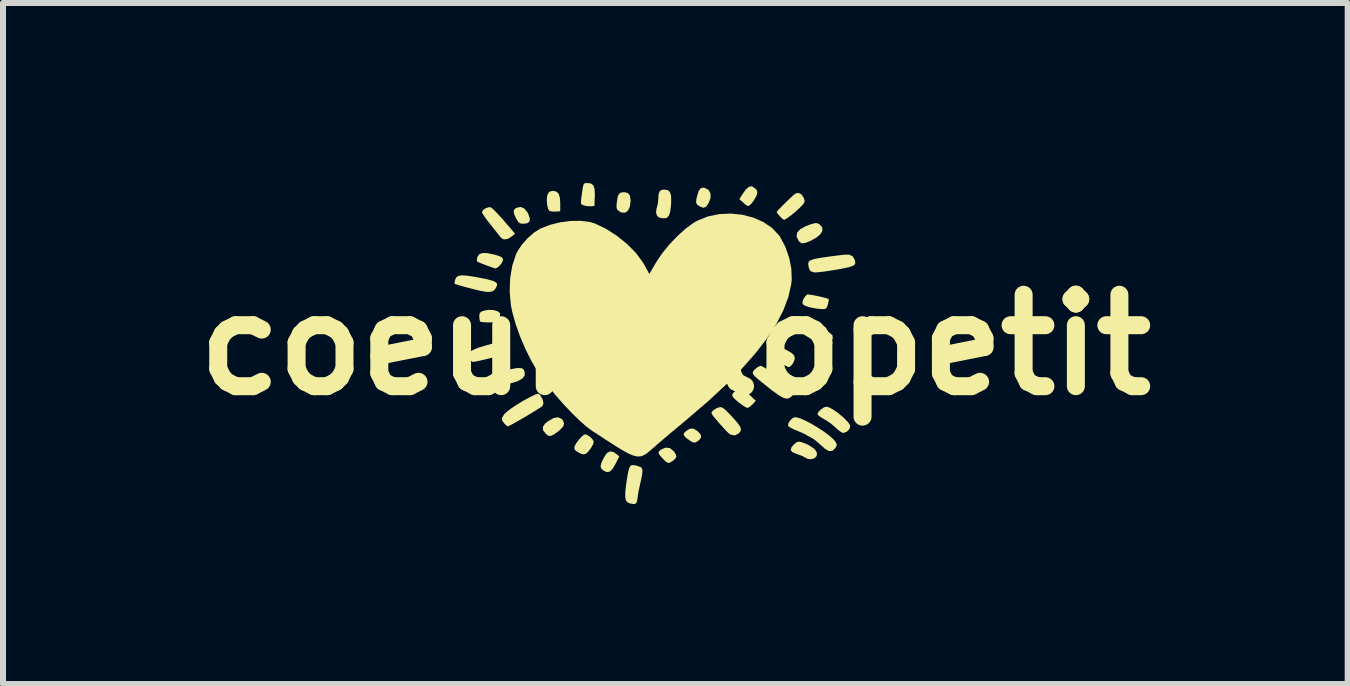
<source format=kicad_pcb>
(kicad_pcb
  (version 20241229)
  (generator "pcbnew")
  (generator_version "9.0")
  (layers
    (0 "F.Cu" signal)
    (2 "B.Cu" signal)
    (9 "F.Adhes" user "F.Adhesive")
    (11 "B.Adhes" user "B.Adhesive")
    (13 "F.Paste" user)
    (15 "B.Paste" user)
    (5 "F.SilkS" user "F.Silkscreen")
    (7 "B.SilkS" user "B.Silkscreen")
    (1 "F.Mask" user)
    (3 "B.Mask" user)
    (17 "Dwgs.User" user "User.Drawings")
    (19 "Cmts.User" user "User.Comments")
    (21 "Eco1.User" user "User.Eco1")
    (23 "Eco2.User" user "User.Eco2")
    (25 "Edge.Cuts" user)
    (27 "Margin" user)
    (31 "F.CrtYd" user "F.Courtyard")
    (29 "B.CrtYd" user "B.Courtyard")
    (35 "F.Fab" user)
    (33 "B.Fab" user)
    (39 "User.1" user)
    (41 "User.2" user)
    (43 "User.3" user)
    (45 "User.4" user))
  (footprint "coeurlolopetit"
    (layer "F.Cu")
    (at 8.208 2.698)
    (property "Reference" "coeurlolopetit" (at 0 0 0) (layer "F.SilkS") (effects (font (size 1.524 1.524) (thickness 0.3))))
    (attr board_only exclude_from_pos_files exclude_from_bom)
    (fp_poly (pts (xy -2.519 -2.273) (xy -2.464 -2.206) (xy -2.452 -2.183) (xy -2.425 -2.105) (xy -2.432 -2.053) (xy -2.474 -2.025) (xy -2.536 -2.018) (xy -2.586 -2.024) (xy -2.619 -2.048) (xy -2.652 -2.102) (xy -2.654 -2.105) (xy -2.688 -2.182) (xy -2.695 -2.233) (xy -2.675 -2.267) (xy -2.652 -2.282) (xy -2.582 -2.299)) (stroke (width 0) (type solid)) (fill yes) (layer "F.SilkS"))
    (fp_poly (pts (xy -1.036 1.785) (xy -0.985 1.818) (xy -0.934 1.859) (xy -0.999 1.988) (xy -1.049 2.072) (xy -1.096 2.115) (xy -1.144 2.122) (xy -1.201 2.094) (xy -1.201 2.094) (xy -1.235 2.063) (xy -1.247 2.026) (xy -1.235 1.974) (xy -1.2 1.896) (xy -1.195 1.886) (xy -1.146 1.81) (xy -1.094 1.777)) (stroke (width 0) (type solid)) (fill yes) (layer "F.SilkS"))
    (fp_poly (pts (xy -0.088 1.723) (xy -0.027 1.774) (xy -0.026 1.776) (xy 0.011 1.832) (xy 0.017 1.87) (xy -0.008 1.905) (xy -0.036 1.929) (xy -0.084 1.962) (xy -0.121 1.969) (xy -0.159 1.947) (xy -0.211 1.896) (xy -0.261 1.839) (xy -0.281 1.802) (xy -0.272 1.774) (xy -0.236 1.745) (xy -0.16 1.713)) (stroke (width 0) (type solid)) (fill yes) (layer "F.SilkS"))
    (fp_poly (pts (xy -1.983 -2.555) (xy -1.944 -2.517) (xy -1.924 -2.446) (xy -1.919 -2.36) (xy -1.919 -2.226) (xy -1.996 -2.221) (xy -2.056 -2.222) (xy -2.098 -2.231) (xy -2.1 -2.233) (xy -2.122 -2.268) (xy -2.137 -2.332) (xy -2.143 -2.406) (xy -2.138 -2.475) (xy -2.13 -2.506) (xy -2.101 -2.552) (xy -2.051 -2.566) (xy -2.043 -2.566)) (stroke (width 0) (type solid)) (fill yes) (layer "F.SilkS"))
    (fp_poly (pts (xy -1.896 1.234) (xy -1.874 1.26) (xy -1.855 1.31) (xy -1.868 1.359) (xy -1.918 1.414) (xy -1.954 1.444) (xy -2.026 1.496) (xy -2.076 1.519) (xy -2.116 1.516) (xy -2.154 1.489) (xy -2.161 1.482) (xy -2.205 1.424) (xy -2.209 1.371) (xy -2.174 1.316) (xy -2.123 1.274) (xy -2.032 1.222) (xy -1.956 1.208)) (stroke (width 0) (type solid)) (fill yes) (layer "F.SilkS"))
    (fp_poly (pts (xy -0.793 -2.531) (xy -0.758 -2.489) (xy -0.746 -2.413) (xy -0.746 -2.403) (xy -0.758 -2.304) (xy -0.79 -2.236) (xy -0.838 -2.202) (xy -0.899 -2.206) (xy -0.939 -2.228) (xy -0.967 -2.252) (xy -0.98 -2.282) (xy -0.98 -2.332) (xy -0.974 -2.388) (xy -0.96 -2.47) (xy -0.939 -2.517) (xy -0.904 -2.539) (xy -0.854 -2.544)) (stroke (width 0) (type solid)) (fill yes) (layer "F.SilkS"))
    (fp_poly (pts (xy 0.36 1.431) (xy 0.377 1.445) (xy 0.424 1.499) (xy 0.43 1.545) (xy 0.394 1.59) (xy 0.36 1.615) (xy 0.324 1.631) (xy 0.285 1.623) (xy 0.252 1.604) (xy 0.197 1.565) (xy 0.156 1.527) (xy 0.155 1.527) (xy 0.137 1.495) (xy 0.15 1.466) (xy 0.166 1.449) (xy 0.233 1.401) (xy 0.294 1.395)) (stroke (width 0) (type solid)) (fill yes) (layer "F.SilkS"))
    (fp_poly (pts (xy 0.49 -2.616) (xy 0.554 -2.582) (xy 0.586 -2.523) (xy 0.587 -2.447) (xy 0.553 -2.36) (xy 0.549 -2.352) (xy 0.508 -2.299) (xy 0.467 -2.284) (xy 0.413 -2.304) (xy 0.406 -2.307) (xy 0.364 -2.336) (xy 0.346 -2.371) (xy 0.349 -2.423) (xy 0.364 -2.485) (xy 0.389 -2.564) (xy 0.419 -2.607) (xy 0.457 -2.62)) (stroke (width 0) (type solid)) (fill yes) (layer "F.SilkS"))
    (fp_poly (pts (xy 1.289 -2.635) (xy 1.348 -2.594) (xy 1.368 -2.548) (xy 1.353 -2.487) (xy 1.342 -2.464) (xy 1.304 -2.4) (xy 1.263 -2.348) (xy 1.255 -2.34) (xy 1.225 -2.317) (xy 1.201 -2.316) (xy 1.166 -2.34) (xy 1.139 -2.364) (xy 1.067 -2.428) (xy 1.114 -2.504) (xy 1.174 -2.589) (xy 1.226 -2.634) (xy 1.272 -2.642)) (stroke (width 0) (type solid)) (fill yes) (layer "F.SilkS"))
    (fp_poly (pts (xy 1.145 0.756) (xy 1.215 0.812) (xy 1.23 0.827) (xy 1.341 0.933) (xy 1.286 0.993) (xy 1.242 1.032) (xy 1.206 1.052) (xy 1.202 1.052) (xy 1.171 1.04) (xy 1.118 1.006) (xy 1.058 0.962) (xy 0.989 0.903) (xy 0.953 0.861) (xy 0.949 0.827) (xy 0.972 0.794) (xy 0.982 0.785) (xy 1.038 0.744) (xy 1.09 0.734)) (stroke (width 0) (type solid)) (fill yes) (layer "F.SilkS"))
    (fp_poly (pts (xy -1.461 1.507) (xy -1.412 1.542) (xy -1.374 1.585) (xy -1.36 1.618) (xy -1.374 1.663) (xy -1.408 1.723) (xy -1.452 1.78) (xy -1.493 1.816) (xy -1.536 1.827) (xy -1.593 1.807) (xy -1.654 1.771) (xy -1.681 1.741) (xy -1.683 1.706) (xy -1.678 1.69) (xy -1.654 1.642) (xy -1.612 1.586) (xy -1.565 1.534) (xy -1.523 1.499) (xy -1.503 1.492)) (stroke (width 0) (type solid)) (fill yes) (layer "F.SilkS"))
    (fp_poly (pts (xy 2.099 1.621) (xy 2.209 1.664) (xy 2.301 1.722) (xy 2.334 1.753) (xy 2.362 1.806) (xy 2.355 1.853) (xy 2.321 1.889) (xy 2.269 1.907) (xy 2.207 1.901) (xy 2.16 1.878) (xy 2.111 1.852) (xy 2.044 1.826) (xy 2.024 1.82) (xy 1.952 1.79) (xy 1.923 1.755) (xy 1.935 1.71) (xy 1.972 1.666) (xy 2.019 1.626) (xy 2.058 1.614)) (stroke (width 0) (type solid)) (fill yes) (layer "F.SilkS"))
    (fp_poly (pts (xy 2.387 -2.018) (xy 2.405 -2.007) (xy 2.448 -1.96) (xy 2.452 -1.904) (xy 2.419 -1.845) (xy 2.35 -1.786) (xy 2.25 -1.731) (xy 2.231 -1.723) (xy 2.156 -1.696) (xy 2.106 -1.693) (xy 2.07 -1.716) (xy 2.052 -1.738) (xy 2.021 -1.808) (xy 2.03 -1.87) (xy 2.081 -1.927) (xy 2.175 -1.978) (xy 2.246 -2.005) (xy 2.312 -2.025) (xy 2.353 -2.03)) (stroke (width 0) (type solid)) (fill yes) (layer "F.SilkS"))
    (fp_poly (pts (xy -3.029 -0.579) (xy -2.965 -0.56) (xy -2.926 -0.53) (xy -2.921 -0.517) (xy -2.925 -0.468) (xy -2.941 -0.425) (xy -2.961 -0.396) (xy -2.992 -0.38) (xy -3.045 -0.374) (xy -3.104 -0.373) (xy -3.177 -0.375) (xy -3.232 -0.381) (xy -3.254 -0.388) (xy -3.264 -0.418) (xy -3.268 -0.471) (xy -3.268 -0.474) (xy -3.263 -0.523) (xy -3.24 -0.551) (xy -3.186 -0.571) (xy -3.107 -0.583)) (stroke (width 0) (type solid)) (fill yes) (layer "F.SilkS"))
    (fp_poly (pts (xy -2.556 0.391) (xy -2.527 0.415) (xy -2.514 0.444) (xy -2.51 0.507) (xy -2.546 0.56) (xy -2.625 0.605) (xy -2.684 0.625) (xy -2.773 0.649) (xy -2.832 0.655) (xy -2.87 0.641) (xy -2.899 0.605) (xy -2.912 0.579) (xy -2.934 0.527) (xy -2.937 0.499) (xy -2.917 0.477) (xy -2.907 0.469) (xy -2.841 0.436) (xy -2.751 0.408) (xy -2.655 0.39) (xy -2.611 0.386)) (stroke (width 0) (type solid)) (fill yes) (layer "F.SilkS"))
    (fp_poly (pts (xy -1.407 -2.689) (xy -1.367 -2.657) (xy -1.346 -2.596) (xy -1.342 -2.501) (xy -1.343 -2.471) (xy -1.349 -2.314) (xy -1.415 -2.309) (xy -1.482 -2.313) (xy -1.532 -2.326) (xy -1.553 -2.335) (xy -1.567 -2.345) (xy -1.574 -2.364) (xy -1.573 -2.4) (xy -1.566 -2.461) (xy -1.553 -2.554) (xy -1.544 -2.61) (xy -1.533 -2.667) (xy -1.513 -2.692) (xy -1.474 -2.698) (xy -1.469 -2.698)) (stroke (width 0) (type solid)) (fill yes) (layer "F.SilkS"))
    (fp_poly (pts (xy -0.128 -2.579) (xy -0.091 -2.548) (xy -0.072 -2.49) (xy -0.069 -2.398) (xy -0.072 -2.331) (xy -0.085 -2.222) (xy -0.107 -2.153) (xy -0.142 -2.116) (xy -0.196 -2.108) (xy -0.269 -2.121) (xy -0.306 -2.151) (xy -0.322 -2.208) (xy -0.312 -2.278) (xy -0.308 -2.289) (xy -0.291 -2.358) (xy -0.285 -2.42) (xy -0.28 -2.507) (xy -0.262 -2.559) (xy -0.227 -2.583) (xy -0.185 -2.588)) (stroke (width 0) (type solid)) (fill yes) (layer "F.SilkS"))
    (fp_poly (pts (xy 1.774 0.051) (xy 1.838 0.079) (xy 1.923 0.126) (xy 1.972 0.166) (xy 1.991 0.208) (xy 1.987 0.25) (xy 1.965 0.302) (xy 1.93 0.348) (xy 1.896 0.372) (xy 1.89 0.373) (xy 1.865 0.362) (xy 1.814 0.336) (xy 1.765 0.309) (xy 1.679 0.256) (xy 1.628 0.213) (xy 1.608 0.175) (xy 1.614 0.133) (xy 1.619 0.121) (xy 1.657 0.063) (xy 1.706 0.04)) (stroke (width 0) (type solid)) (fill yes) (layer "F.SilkS"))
    (fp_poly (pts (xy -3.136 -1.529) (xy -3.023 -1.505) (xy -3.011 -1.502) (xy -2.936 -1.479) (xy -2.894 -1.46) (xy -2.876 -1.436) (xy -2.873 -1.414) (xy -2.888 -1.372) (xy -2.924 -1.325) (xy -2.967 -1.287) (xy -3.002 -1.273) (xy -3.028 -1.281) (xy -3.083 -1.3) (xy -3.154 -1.326) (xy -3.227 -1.354) (xy -3.281 -1.377) (xy -3.307 -1.391) (xy -3.31 -1.419) (xy -3.299 -1.465) (xy -3.27 -1.509) (xy -3.217 -1.53)) (stroke (width 0) (type solid)) (fill yes) (layer "F.SilkS"))
    (fp_poly (pts (xy -3.072 -2.29) (xy -3.043 -2.266) (xy -2.992 -2.216) (xy -2.927 -2.147) (xy -2.855 -2.066) (xy -2.852 -2.062) (xy -2.673 -1.854) (xy -2.73 -1.804) (xy -2.795 -1.765) (xy -2.857 -1.757) (xy -2.903 -1.78) (xy -2.906 -1.785) (xy -2.929 -1.813) (xy -2.972 -1.868) (xy -3.029 -1.939) (xy -3.076 -1.999) (xy -3.137 -2.076) (xy -3.185 -2.143) (xy -3.216 -2.191) (xy -3.224 -2.209) (xy -3.206 -2.246) (xy -3.161 -2.277) (xy -3.109 -2.294)) (stroke (width 0) (type solid)) (fill yes) (layer "F.SilkS"))
    (fp_poly (pts (xy -2.794 -0.042) (xy -2.767 0.006) (xy -2.767 0.067) (xy -2.793 0.123) (xy -2.814 0.142) (xy -2.85 0.157) (xy -2.918 0.178) (xy -3.007 0.202) (xy -3.106 0.228) (xy -3.205 0.252) (xy -3.291 0.271) (xy -3.356 0.283) (xy -3.38 0.285) (xy -3.404 0.268) (xy -3.422 0.24) (xy -3.444 0.181) (xy -3.435 0.134) (xy -3.391 0.095) (xy -3.309 0.058) (xy -3.279 0.047) (xy -3.138 0.004) (xy -3.013 -0.028) (xy -2.91 -0.047) (xy -2.835 -0.052)) (stroke (width 0) (type solid)) (fill yes) (layer "F.SilkS"))
    (fp_poly (pts (xy -3.483 -1.154) (xy -3.371 -1.138) (xy -3.26 -1.118) (xy -3.136 -1.092) (xy -3.05 -1.069) (xy -2.997 -1.046) (xy -2.973 -1.02) (xy -2.973 -0.989) (xy -2.984 -0.962) (xy -3.01 -0.921) (xy -3.043 -0.894) (xy -3.087 -0.882) (xy -3.151 -0.883) (xy -3.24 -0.898) (xy -3.361 -0.927) (xy -3.43 -0.945) (xy -3.526 -0.97) (xy -3.606 -0.993) (xy -3.66 -1.01) (xy -3.679 -1.017) (xy -3.68 -1.044) (xy -3.669 -1.09) (xy -3.65 -1.126) (xy -3.616 -1.149) (xy -3.562 -1.158)) (stroke (width 0) (type solid)) (fill yes) (layer "F.SilkS"))
    (fp_poly (pts (xy 2.229 -0.838) (xy 2.289 -0.829) (xy 2.364 -0.814) (xy 2.442 -0.797) (xy 2.508 -0.78) (xy 2.551 -0.765) (xy 2.558 -0.761) (xy 2.557 -0.738) (xy 2.547 -0.688) (xy 2.543 -0.673) (xy 2.524 -0.62) (xy 2.498 -0.598) (xy 2.448 -0.595) (xy 2.439 -0.595) (xy 2.366 -0.602) (xy 2.281 -0.617) (xy 2.255 -0.622) (xy 2.172 -0.647) (xy 2.127 -0.673) (xy 2.117 -0.709) (xy 2.134 -0.759) (xy 2.136 -0.763) (xy 2.167 -0.811) (xy 2.197 -0.839) (xy 2.199 -0.839)) (stroke (width 0) (type solid)) (fill yes) (layer "F.SilkS"))
    (fp_poly (pts (xy 2.566 1.045) (xy 2.635 1.083) (xy 2.712 1.137) (xy 2.788 1.199) (xy 2.853 1.262) (xy 2.9 1.318) (xy 2.917 1.36) (xy 2.917 1.36) (xy 2.899 1.408) (xy 2.855 1.45) (xy 2.803 1.469) (xy 2.799 1.47) (xy 2.763 1.455) (xy 2.711 1.417) (xy 2.673 1.382) (xy 2.6 1.318) (xy 2.514 1.259) (xy 2.478 1.239) (xy 2.418 1.203) (xy 2.378 1.17) (xy 2.369 1.153) (xy 2.386 1.118) (xy 2.427 1.077) (xy 2.476 1.044) (xy 2.516 1.031)) (stroke (width 0) (type solid)) (fill yes) (layer "F.SilkS"))
    (fp_poly (pts (xy 0.796 1.053) (xy 0.84 1.09) (xy 0.894 1.145) (xy 0.985 1.242) (xy 1.047 1.315) (xy 1.083 1.37) (xy 1.094 1.411) (xy 1.085 1.444) (xy 1.058 1.476) (xy 1.057 1.477) (xy 0.993 1.51) (xy 0.926 1.499) (xy 0.888 1.474) (xy 0.854 1.441) (xy 0.801 1.384) (xy 0.739 1.315) (xy 0.715 1.287) (xy 0.654 1.216) (xy 0.618 1.17) (xy 0.603 1.141) (xy 0.607 1.12) (xy 0.624 1.1) (xy 0.627 1.097) (xy 0.682 1.059) (xy 0.726 1.042) (xy 0.761 1.039)) (stroke (width 0) (type solid)) (fill yes) (layer "F.SilkS"))
    (fp_poly (pts (xy 2.06 1.219) (xy 2.148 1.255) (xy 2.251 1.307) (xy 2.36 1.371) (xy 2.467 1.44) (xy 2.561 1.509) (xy 2.633 1.573) (xy 2.669 1.615) (xy 2.691 1.657) (xy 2.685 1.691) (xy 2.667 1.722) (xy 2.618 1.768) (xy 2.559 1.771) (xy 2.491 1.731) (xy 2.455 1.697) (xy 2.316 1.578) (xy 2.14 1.479) (xy 2.039 1.436) (xy 1.964 1.404) (xy 1.907 1.374) (xy 1.879 1.351) (xy 1.879 1.349) (xy 1.883 1.309) (xy 1.913 1.262) (xy 1.955 1.222) (xy 1.996 1.206)) (stroke (width 0) (type solid)) (fill yes) (layer "F.SilkS"))
    (fp_poly (pts (xy -0.646 2.015) (xy -0.627 2.02) (xy -0.574 2.04) (xy -0.552 2.069) (xy -0.548 2.106) (xy -0.554 2.162) (xy -0.568 2.241) (xy -0.582 2.297) (xy -0.603 2.392) (xy -0.622 2.492) (xy -0.628 2.539) (xy -0.638 2.606) (xy -0.652 2.64) (xy -0.675 2.653) (xy -0.701 2.654) (xy -0.761 2.643) (xy -0.799 2.625) (xy -0.823 2.594) (xy -0.835 2.542) (xy -0.835 2.462) (xy -0.823 2.349) (xy -0.813 2.277) (xy -0.794 2.159) (xy -0.777 2.079) (xy -0.758 2.03) (xy -0.732 2.007) (xy -0.697 2.004)) (stroke (width 0) (type solid)) (fill yes) (layer "F.SilkS"))
    (fp_poly (pts (xy 2.099 -2.511) (xy 2.138 -2.455) (xy 2.145 -2.438) (xy 2.155 -2.401) (xy 2.149 -2.369) (xy 2.121 -2.332) (xy 2.067 -2.278) (xy 2.065 -2.276) (xy 1.993 -2.211) (xy 1.921 -2.152) (xy 1.86 -2.108) (xy 1.819 -2.085) (xy 1.811 -2.084) (xy 1.788 -2.098) (xy 1.75 -2.134) (xy 1.743 -2.142) (xy 1.707 -2.184) (xy 1.689 -2.211) (xy 1.689 -2.214) (xy 1.704 -2.234) (xy 1.742 -2.275) (xy 1.797 -2.331) (xy 1.858 -2.391) (xy 1.919 -2.449) (xy 1.971 -2.496) (xy 2 -2.52) (xy 2.05 -2.534)) (stroke (width 0) (type solid)) (fill yes) (layer "F.SilkS"))
    (fp_poly (pts (xy -2.268 0.823) (xy -2.249 0.846) (xy -2.21 0.914) (xy -2.199 0.978) (xy -2.214 1.018) (xy -2.239 1.038) (xy -2.294 1.073) (xy -2.369 1.12) (xy -2.457 1.173) (xy -2.549 1.227) (xy -2.637 1.278) (xy -2.712 1.32) (xy -2.767 1.349) (xy -2.793 1.36) (xy -2.815 1.346) (xy -2.851 1.312) (xy -2.887 1.263) (xy -2.89 1.219) (xy -2.858 1.165) (xy -2.851 1.156) (xy -2.807 1.114) (xy -2.734 1.059) (xy -2.641 0.997) (xy -2.538 0.934) (xy -2.434 0.877) (xy -2.385 0.853) (xy -2.324 0.825) (xy -2.29 0.815)) (stroke (width 0) (type solid)) (fill yes) (layer "F.SilkS"))
    (fp_poly (pts (xy 2.095 -0.47) (xy 2.191 -0.43) (xy 2.2 -0.425) (xy 2.309 -0.368) (xy 2.413 -0.308) (xy 2.503 -0.25) (xy 2.573 -0.2) (xy 2.615 -0.162) (xy 2.622 -0.149) (xy 2.622 -0.096) (xy 2.597 -0.039) (xy 2.557 0.005) (xy 2.516 0.021) (xy 2.475 0.01) (xy 2.409 -0.019) (xy 2.331 -0.059) (xy 2.314 -0.069) (xy 2.204 -0.134) (xy 2.102 -0.197) (xy 2.016 -0.253) (xy 1.954 -0.298) (xy 1.921 -0.326) (xy 1.919 -0.329) (xy 1.92 -0.361) (xy 1.938 -0.41) (xy 1.941 -0.416) (xy 1.977 -0.463) (xy 2.026 -0.481)) (stroke (width 0) (type solid)) (fill yes) (layer "F.SilkS"))
    (fp_poly (pts (xy 2.956 -1.476) (xy 2.99 -1.417) (xy 2.995 -1.398) (xy 3 -1.356) (xy 2.981 -1.329) (xy 2.936 -1.307) (xy 2.885 -1.292) (xy 2.802 -1.274) (xy 2.698 -1.255) (xy 2.587 -1.237) (xy 2.479 -1.221) (xy 2.386 -1.21) (xy 2.32 -1.206) (xy 2.32 -1.206) (xy 2.263 -1.223) (xy 2.238 -1.249) (xy 2.22 -1.305) (xy 2.215 -1.346) (xy 2.218 -1.371) (xy 2.23 -1.392) (xy 2.255 -1.409) (xy 2.298 -1.425) (xy 2.365 -1.44) (xy 2.459 -1.456) (xy 2.586 -1.474) (xy 2.751 -1.495) (xy 2.808 -1.502) (xy 2.897 -1.503)) (stroke (width 0) (type solid)) (fill yes) (layer "F.SilkS"))
    (fp_poly (pts (xy 1.458 0.364) (xy 1.516 0.4) (xy 1.587 0.452) (xy 1.618 0.477) (xy 1.702 0.545) (xy 1.787 0.611) (xy 1.859 0.665) (xy 1.872 0.674) (xy 1.942 0.733) (xy 1.971 0.785) (xy 1.96 0.833) (xy 1.934 0.863) (xy 1.895 0.89) (xy 1.852 0.897) (xy 1.8 0.883) (xy 1.731 0.845) (xy 1.641 0.782) (xy 1.557 0.717) (xy 1.45 0.631) (xy 1.373 0.568) (xy 1.323 0.523) (xy 1.297 0.49) (xy 1.289 0.464) (xy 1.298 0.442) (xy 1.319 0.417) (xy 1.326 0.409) (xy 1.374 0.37) (xy 1.419 0.351) (xy 1.423 0.351)) (stroke (width 0) (type solid)) (fill yes) (layer "F.SilkS"))
    (fp_poly (pts (xy 1.117 -2.168) (xy 1.3 -2.12) (xy 1.468 -2.046) (xy 1.613 -1.948) (xy 1.728 -1.825) (xy 1.745 -1.801) (xy 1.833 -1.636) (xy 1.897 -1.453) (xy 1.934 -1.265) (xy 1.94 -1.083) (xy 1.932 -1.011) (xy 1.883 -0.795) (xy 1.8 -0.574) (xy 1.682 -0.346) (xy 1.529 -0.109) (xy 1.34 0.136) (xy 1.114 0.392) (xy 0.849 0.66) (xy 0.546 0.941) (xy 0.202 1.236) (xy 0.197 1.24) (xy 0.067 1.349) (xy -0.06 1.455) (xy -0.176 1.553) (xy -0.276 1.638) (xy -0.354 1.706) (xy -0.402 1.748) (xy -0.487 1.819) (xy -0.56 1.856) (xy -0.632 1.863) (xy -0.715 1.841) (xy -0.768 1.819) (xy -0.827 1.788) (xy -0.911 1.74) (xy -1.006 1.681) (xy -1.075 1.637) (xy -1.171 1.575) (xy -1.264 1.514) (xy -1.342 1.463) (xy -1.382 1.438) (xy -1.481 1.365) (xy -1.597 1.262) (xy -1.726 1.137) (xy -1.859 0.996) (xy -1.992 0.846) (xy -2.116 0.694) (xy -2.228 0.546) (xy -2.294 0.45) (xy -2.399 0.271) (xy -2.499 0.07) (xy -2.589 -0.14) (xy -2.663 -0.349) (xy -2.718 -0.544) (xy -2.741 -0.658) (xy -2.762 -0.885) (xy -2.754 -1.108) (xy -2.719 -1.317) (xy -2.658 -1.503) (xy -2.633 -1.556) (xy -2.56 -1.668) (xy -2.461 -1.779) (xy -2.35 -1.875) (xy -2.25 -1.937) (xy -2.093 -1.999) (xy -1.921 -2.042) (xy -1.744 -2.065) (xy -1.574 -2.067) (xy -1.422 -2.047) (xy -1.342 -2.023) (xy -1.156 -1.934) (xy -0.974 -1.817) (xy -0.805 -1.681) (xy -0.658 -1.532) (xy -0.543 -1.378) (xy -0.508 -1.319) (xy -0.434 -1.18) (xy -0.321 -1.374) (xy -0.224 -1.52) (xy -0.104 -1.668) (xy 0.029 -1.808) (xy 0.166 -1.932) (xy 0.299 -2.03) (xy 0.366 -2.069) (xy 0.543 -2.14) (xy 0.731 -2.179) (xy 0.925 -2.188)) (stroke (width 0) (type solid)) (fill yes) (layer "F.SilkS")))
  (gr_rect
    (start -3 -3)
    (end 19.416 8.352)
    (stroke (width 0.1) (type default))
    (fill no)
    (layer "Edge.Cuts")))
</source>
